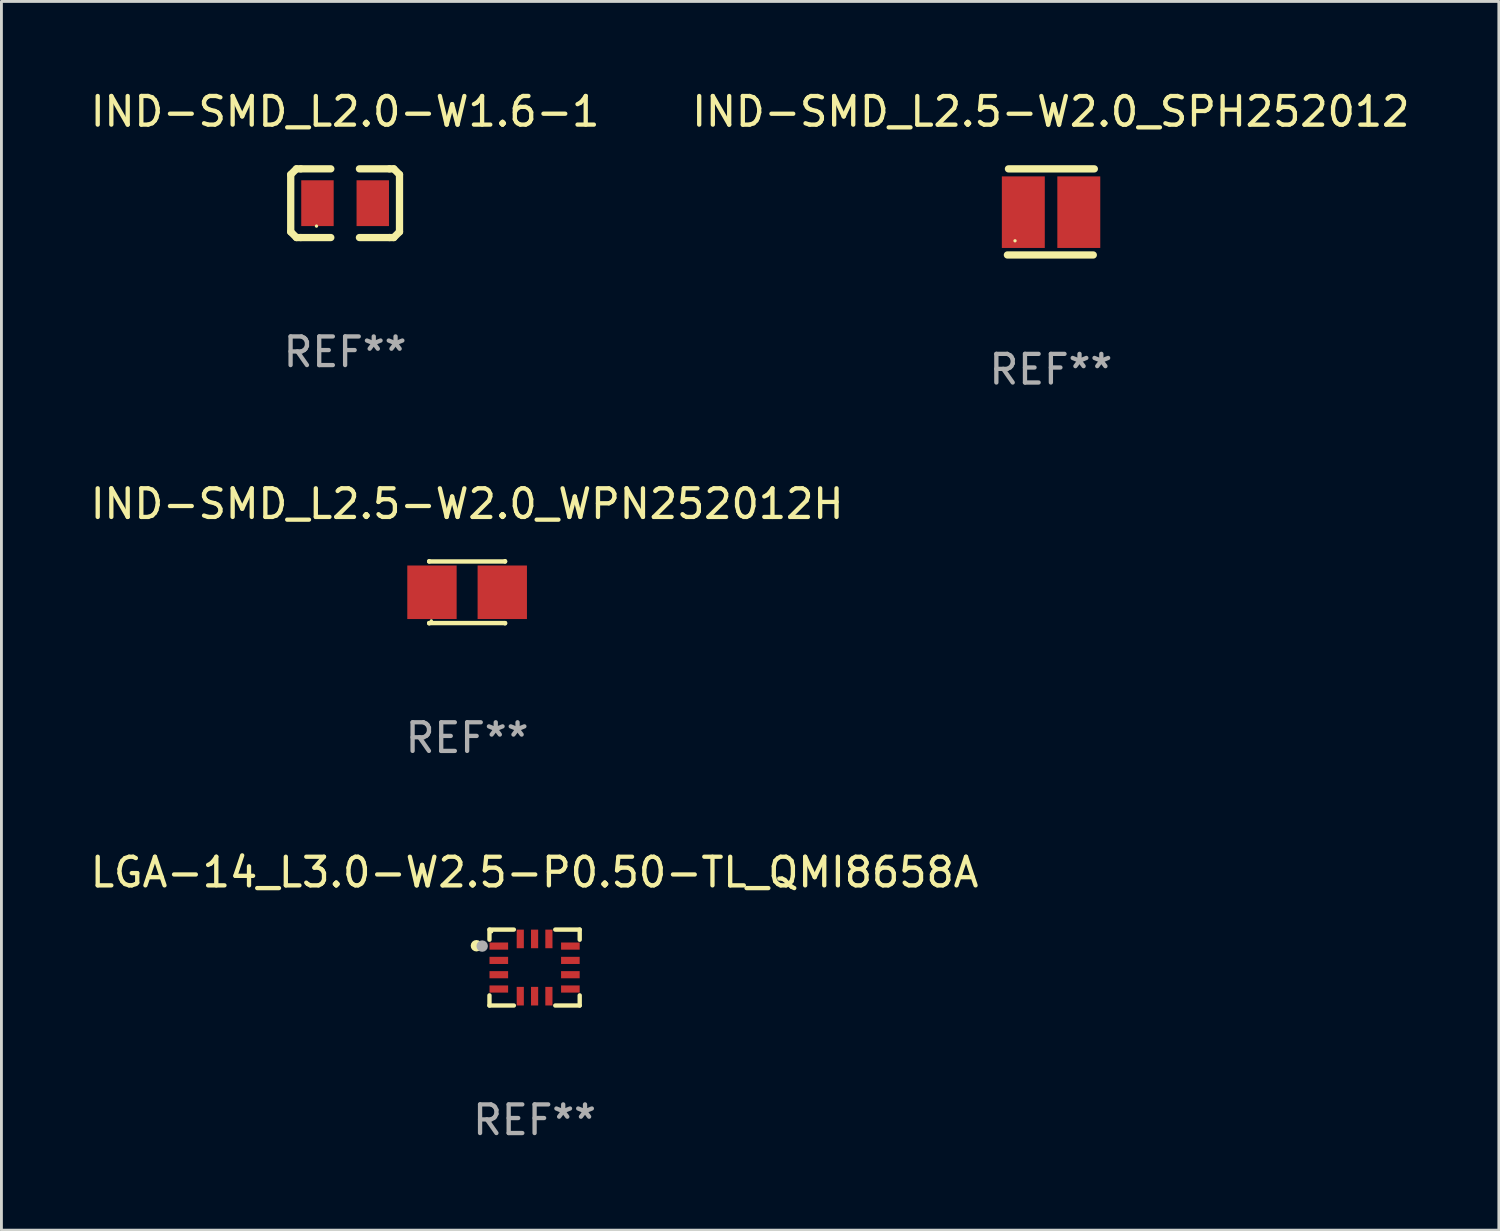
<source format=kicad_pcb>
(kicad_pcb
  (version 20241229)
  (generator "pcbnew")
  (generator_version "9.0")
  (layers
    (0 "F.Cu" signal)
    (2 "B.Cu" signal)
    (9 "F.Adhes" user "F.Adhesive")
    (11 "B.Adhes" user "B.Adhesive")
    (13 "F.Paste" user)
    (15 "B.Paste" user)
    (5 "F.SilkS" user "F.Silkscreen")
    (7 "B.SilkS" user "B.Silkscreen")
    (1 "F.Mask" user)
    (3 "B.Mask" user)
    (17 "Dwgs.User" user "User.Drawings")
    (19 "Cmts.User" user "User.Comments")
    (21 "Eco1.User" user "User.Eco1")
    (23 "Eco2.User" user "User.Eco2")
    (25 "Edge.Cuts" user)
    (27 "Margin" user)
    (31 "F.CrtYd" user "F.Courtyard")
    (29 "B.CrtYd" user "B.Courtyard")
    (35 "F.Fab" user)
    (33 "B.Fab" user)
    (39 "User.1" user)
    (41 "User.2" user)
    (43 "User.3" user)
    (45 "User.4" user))
  (footprint "LGA-14_L3.0-W2.5-P0.50-TL_QMI8658A"
    (layer "F.Cu")
    (at 15.625 30.75)
    (property "Reference" "LGA-14_L3.0-W2.5-P0.50-TL_QMI8658A" (at -0.000127 -3.326 0) (layer "F.SilkS") (effects (font (size 1 1) (thickness 0.15))))
    (attr smd)
    (fp_line (start -1.576 -1.326) (end -0.723 -1.326) (stroke (width 0.152) (type solid)) (layer "F.SilkS"))
    (fp_line (start -1.576 -0.972) (end -1.576 -1.326) (stroke (width 0.152) (type solid)) (layer "F.SilkS"))
    (fp_line (start -1.576 0.972) (end -1.576 1.326) (stroke (width 0.152) (type solid)) (layer "F.SilkS"))
    (fp_line (start -1.576 1.326) (end -0.723 1.326) (stroke (width 0.152) (type solid)) (layer "F.SilkS"))
    (fp_line (start 1.576 -1.326) (end 0.722 -1.326) (stroke (width 0.152) (type solid)) (layer "F.SilkS"))
    (fp_line (start 1.576 -0.972) (end 1.576 -1.326) (stroke (width 0.152) (type solid)) (layer "F.SilkS"))
    (fp_line (start 1.576 0.972) (end 1.576 1.326) (stroke (width 0.152) (type solid)) (layer "F.SilkS"))
    (fp_line (start 1.576 1.326) (end 0.722 1.326) (stroke (width 0.152) (type solid)) (layer "F.SilkS"))
    (fp_circle (center -2.032 -0.762) (end -1.932 -0.762) (stroke (width 0.2) (type solid)) (fill no) (layer "F.SilkS"))
    (fp_circle (center -1.5 -1.25) (end -1.47 -1.25) (stroke (width 0.06) (type solid)) (fill no) (layer "F.SilkS"))
    (fp_circle (center -1.831 -0.75) (end -1.731 -0.75) (stroke (width 0.2) (type solid)) (fill no) (layer "F.Fab"))
    (fp_text user "REF**" (at -0.000127 5.326 0) (layer "F.Fab") (effects (font (size 1 1) (thickness 0.15))))
    (pad "1" smd rect (at -1.25 -0.75) (size 0.65 0.25) (layers "F.Cu" "F.Mask" "F.Paste"))
    (pad "2" smd rect (at -1.25 -0.25) (size 0.65 0.25) (layers "F.Cu" "F.Mask" "F.Paste"))
    (pad "3" smd rect (at -1.25 0.25) (size 0.65 0.25) (layers "F.Cu" "F.Mask" "F.Paste"))
    (pad "4" smd rect (at -1.25 0.75) (size 0.65 0.25) (layers "F.Cu" "F.Mask" "F.Paste"))
    (pad "5" smd rect (at -0.5 1) (size 0.25 0.65) (layers "F.Cu" "F.Mask" "F.Paste"))
    (pad "6" smd rect (at -0.000127 1) (size 0.25 0.65) (layers "F.Cu" "F.Mask" "F.Paste"))
    (pad "7" smd rect (at 0.5 1) (size 0.25 0.65) (layers "F.Cu" "F.Mask" "F.Paste"))
    (pad "8" smd rect (at 1.25 0.75) (size 0.65 0.25) (layers "F.Cu" "F.Mask" "F.Paste"))
    (pad "9" smd rect (at 1.25 0.25) (size 0.65 0.25) (layers "F.Cu" "F.Mask" "F.Paste"))
    (pad "10" smd rect (at 1.25 -0.25) (size 0.65 0.25) (layers "F.Cu" "F.Mask" "F.Paste"))
    (pad "11" smd rect (at 1.25 -0.75) (size 0.65 0.25) (layers "F.Cu" "F.Mask" "F.Paste"))
    (pad "12" smd rect (at 0.5 -1) (size 0.25 0.65) (layers "F.Cu" "F.Mask" "F.Paste"))
    (pad "13" smd rect (at -0.000127 -1) (size 0.25 0.65) (layers "F.Cu" "F.Mask" "F.Paste"))
    (pad "14" smd rect (at -0.5 -1) (size 0.25 0.65) (layers "F.Cu" "F.Mask" "F.Paste")))
  (footprint "IND-SMD_L2.0-W1.6-1"
    (layer "F.Cu")
    (at 9.006 4.048)
    (property "Reference" "IND-SMD_L2.0-W1.6-1" (at 0 -3.2 0) (layer "F.SilkS") (effects (font (size 1 1) (thickness 0.15))))
    (attr smd)
    (fp_line (start -1.9 -1) (end -1.9 1) (stroke (width 0.254) (type solid)) (layer "F.SilkS"))
    (fp_line (start -1.7 -1.2) (end -1.9 -1) (stroke (width 0.254) (type solid)) (layer "F.SilkS"))
    (fp_line (start -1.7 1.2) (end -1.9 1) (stroke (width 0.254) (type solid)) (layer "F.SilkS"))
    (fp_line (start -1.55 -1.2) (end -1.7 -1.2) (stroke (width 0.254) (type solid)) (layer "F.SilkS"))
    (fp_line (start -1.55 1.2) (end -1.7 1.2) (stroke (width 0.254) (type solid)) (layer "F.SilkS"))
    (fp_line (start -0.5 -1.2) (end -1.55 -1.2) (stroke (width 0.254) (type solid)) (layer "F.SilkS"))
    (fp_line (start -0.5 1.2) (end -1.55 1.2) (stroke (width 0.254) (type solid)) (layer "F.SilkS"))
    (fp_line (start 0.5 -1.2) (end 1.55 -1.2) (stroke (width 0.254) (type solid)) (layer "F.SilkS"))
    (fp_line (start 0.5 1.2) (end 1.55 1.2) (stroke (width 0.254) (type solid)) (layer "F.SilkS"))
    (fp_line (start 1.55 -1.2) (end 1.7 -1.2) (stroke (width 0.254) (type solid)) (layer "F.SilkS"))
    (fp_line (start 1.55 1.2) (end 1.7 1.2) (stroke (width 0.254) (type solid)) (layer "F.SilkS"))
    (fp_line (start 1.7 -1.2) (end 1.9 -1) (stroke (width 0.254) (type solid)) (layer "F.SilkS"))
    (fp_line (start 1.7 1.2) (end 1.9 1) (stroke (width 0.254) (type solid)) (layer "F.SilkS"))
    (fp_line (start 1.9 -1) (end 1.9 1) (stroke (width 0.254) (type solid)) (layer "F.SilkS"))
    (fp_circle (center -1 0.8) (end -0.97 0.8) (stroke (width 0.06) (type solid)) (fill no) (layer "F.SilkS"))
    (fp_text user "REF**" (at 0 5.2 0) (layer "F.Fab") (effects (font (size 1 1) (thickness 0.15))))
    (pad "1" smd rect (at -0.966 0) (size 1.133 1.6) (layers "F.Cu" "F.Mask" "F.Paste"))
    (pad "2" smd rect (at 0.966 0) (size 1.133 1.6) (layers "F.Cu" "F.Mask" "F.Paste")))
  (footprint "IND-SMD_L2.5-W2.0_SPH252012"
    (layer "F.Cu")
    (at 33.667 4.362)
    (property "Reference" "IND-SMD_L2.5-W2.0_SPH252012" (at -0.006 -3.513 0) (layer "F.SilkS") (effects (font (size 1 1) (thickness 0.15))))
    (attr smd)
    (fp_line (start -1.525 1.495) (end 1.475 1.495) (stroke (width 0.254) (type solid)) (layer "F.SilkS"))
    (fp_line (start -1.488 -1.513) (end 1.512 -1.513) (stroke (width 0.254) (type solid)) (layer "F.SilkS"))
    (fp_circle (center -1.259 1) (end -1.229 1) (stroke (width 0.06) (type solid)) (fill no) (layer "F.SilkS"))
    (fp_text user "REF**" (at -0.006 5.495 0) (layer "F.Fab") (effects (font (size 1 1) (thickness 0.15))))
    (pad "1" smd rect (at -0.969 0) (size 1.5 2.5) (layers "F.Cu" "F.Mask" "F.Paste"))
    (pad "2" smd rect (at 0.969 0) (size 1.5 2.5) (layers "F.Cu" "F.Mask" "F.Paste")))
  (footprint "IND-SMD_L2.5-W2.0_WPN252012H"
    (layer "F.Cu")
    (at 13.268 17.64)
    (property "Reference" "IND-SMD_L2.5-W2.0_WPN252012H" (at 0 -3.087 0) (layer "F.SilkS") (effects (font (size 1 1) (thickness 0.15))))
    (attr smd)
    (fp_line (start -1.326 -1.087) (end -1.326 -1.076) (stroke (width 0.152) (type solid)) (layer "F.SilkS"))
    (fp_line (start -1.326 -1.076) (end 1.326 -1.076) (stroke (width 0.152) (type solid)) (layer "F.SilkS"))
    (fp_line (start -1.326 1.076) (end 1.326 1.076) (stroke (width 0.152) (type solid)) (layer "F.SilkS"))
    (fp_line (start -1.326 1.087) (end -1.326 1.076) (stroke (width 0.152) (type solid)) (layer "F.SilkS"))
    (fp_line (start 1.326 -1.076) (end 1.326 -1.087) (stroke (width 0.152) (type solid)) (layer "F.SilkS"))
    (fp_line (start 1.326 1.076) (end 1.326 1.087) (stroke (width 0.152) (type solid)) (layer "F.SilkS"))
    (fp_circle (center -1.25 1) (end -1.22 1) (stroke (width 0.06) (type solid)) (fill no) (layer "F.SilkS"))
    (fp_text user "REF**" (at 0 5.087 0) (layer "F.Fab") (effects (font (size 1 1) (thickness 0.15))))
    (pad "1" smd rect (at 1.228 0) (size 1.724 1.87) (layers "F.Cu" "F.Mask" "F.Paste"))
    (pad "2" smd rect (at -1.228 0) (size 1.724 1.87) (layers "F.Cu" "F.Mask" "F.Paste")))
  (gr_rect
    (start -3 -3)
    (end 49.31 39.925)
    (stroke (width 0.1) (type default))
    (fill no)
    (layer "Edge.Cuts")))
</source>
